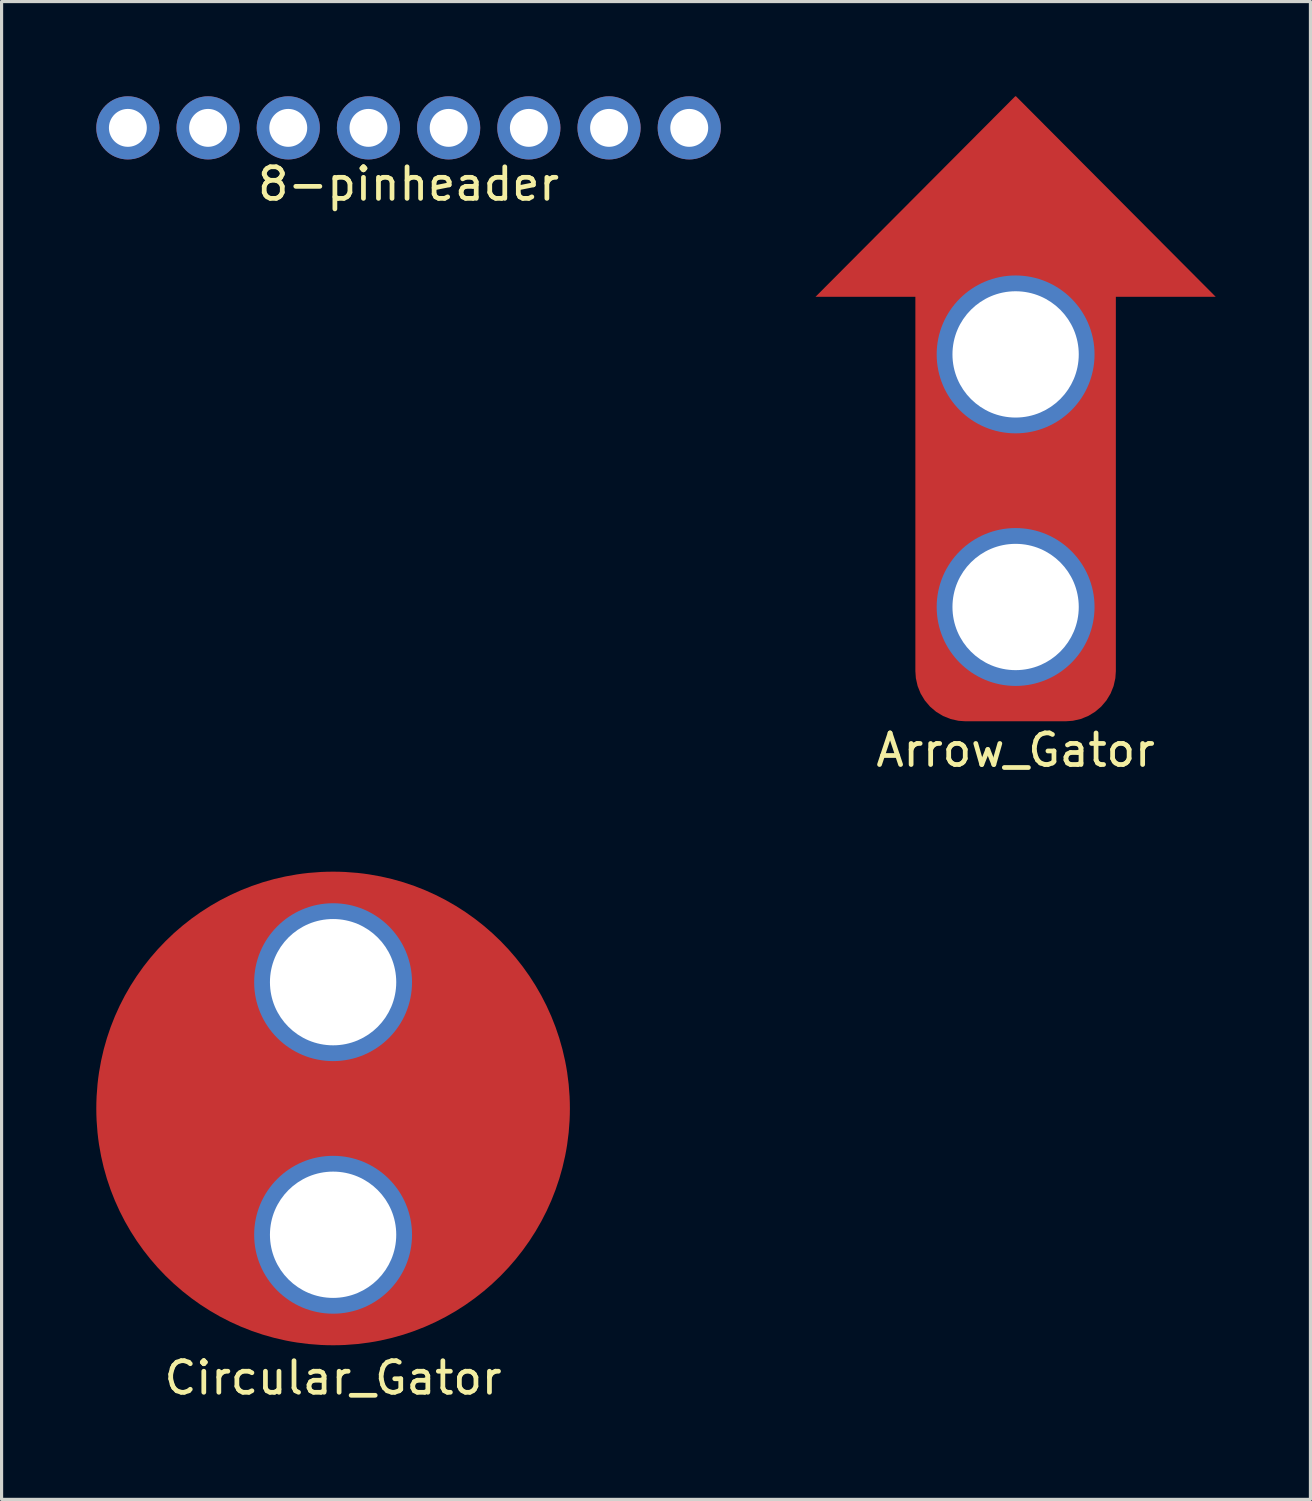
<source format=kicad_pcb>
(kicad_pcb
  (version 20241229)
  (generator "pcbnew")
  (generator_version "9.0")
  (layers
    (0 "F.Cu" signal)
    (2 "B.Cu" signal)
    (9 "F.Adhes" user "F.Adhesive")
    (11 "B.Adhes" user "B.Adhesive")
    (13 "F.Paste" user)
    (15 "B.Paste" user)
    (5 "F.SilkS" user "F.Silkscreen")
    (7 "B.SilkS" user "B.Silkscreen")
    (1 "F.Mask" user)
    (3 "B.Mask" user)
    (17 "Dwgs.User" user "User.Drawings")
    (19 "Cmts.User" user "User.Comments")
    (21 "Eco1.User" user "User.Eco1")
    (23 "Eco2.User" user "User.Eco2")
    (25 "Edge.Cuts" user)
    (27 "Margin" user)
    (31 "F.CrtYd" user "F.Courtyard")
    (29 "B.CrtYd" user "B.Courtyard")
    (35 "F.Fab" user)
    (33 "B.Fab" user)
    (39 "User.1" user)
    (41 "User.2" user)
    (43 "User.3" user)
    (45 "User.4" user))
  (footprint "8-pinheader"
    (layer "F.Cu")
    (at 9.89 1)
    (property "Reference" "8-pinheader" (at 0 1.778 0) (layer "F.SilkS") (effects (font (size 1 1) (thickness 0.15))))
    (attr through_hole)
    (pad "1" thru_hole circle (at -8.89 0) (size 2 2) (drill 1.2) (layers "*.Cu" "*.Mask"))
    (pad "2" thru_hole circle (at -6.35 0) (size 2 2) (drill 1.2) (layers "*.Cu" "*.Mask"))
    (pad "3" thru_hole circle (at -3.81 0) (size 2 2) (drill 1.2) (layers "*.Cu" "*.Mask"))
    (pad "4" thru_hole circle (at -1.27 0) (size 2 2) (drill 1.2) (layers "*.Cu" "*.Mask"))
    (pad "5" thru_hole circle (at 1.27 0) (size 2 2) (drill 1.2) (layers "*.Cu" "*.Mask"))
    (pad "6" thru_hole circle (at 3.81 0) (size 2 2) (drill 1.2) (layers "*.Cu" "*.Mask"))
    (pad "7" thru_hole circle (at 6.35 0) (size 2 2) (drill 1.2) (layers "*.Cu" "*.Mask"))
    (pad "8" thru_hole circle (at 8.89 0) (size 2 2) (drill 1.2) (layers "*.Cu" "*.Mask")))
  (footprint "Arrow_Gator"
    (layer "F.Cu")
    (at 29.117 12.175)
    (property "Reference" "Arrow_Gator" (at 0 8.534 0) (layer "F.SilkS") (effects (font (size 1 1) (thickness 0.15))))
    (attr through_hole)
    (pad "1" smd trapezoid (at 0 -9) (size 6.35 6.35) (rect_delta 0 6.325) (layers "F.Cu" "F.Mask" "F.Paste"))
    (pad "1" thru_hole circle (at 0 -4 180) (size 5 5) (drill 4) (layers "*.Cu" "*.Mask"))
    (pad "1" smd roundrect (at 0 0) (size 6.35 15.24) (layers "F.Cu" "F.Mask" "F.Paste") (roundrect_rratio 0.25))
    (pad "1" thru_hole circle (at 0 4 180) (size 5 5) (drill 4) (layers "*.Cu" "*.Mask")))
  (footprint "Circular_Gator"
    (layer "F.Cu")
    (at 7.5 32.058)
    (property "Reference" "Circular_Gator" (at 0 8.534 0) (layer "F.SilkS") (effects (font (size 1 1) (thickness 0.15))))
    (attr through_hole)
    (pad "1" thru_hole circle (at 0 -4 180) (size 5 5) (drill 4) (layers "*.Cu" "*.Mask"))
    (pad "1" smd circle (at 0 0 180) (size 15 15) (layers "F.Cu" "F.Mask" "F.Paste"))
    (pad "1" thru_hole circle (at 0 4 180) (size 5 5) (drill 4) (layers "*.Cu" "*.Mask")))
  (gr_rect
    (start -3 -3)
    (end 38.455 44.44)
    (stroke (width 0.1) (type default))
    (fill no)
    (layer "Edge.Cuts")))
</source>
